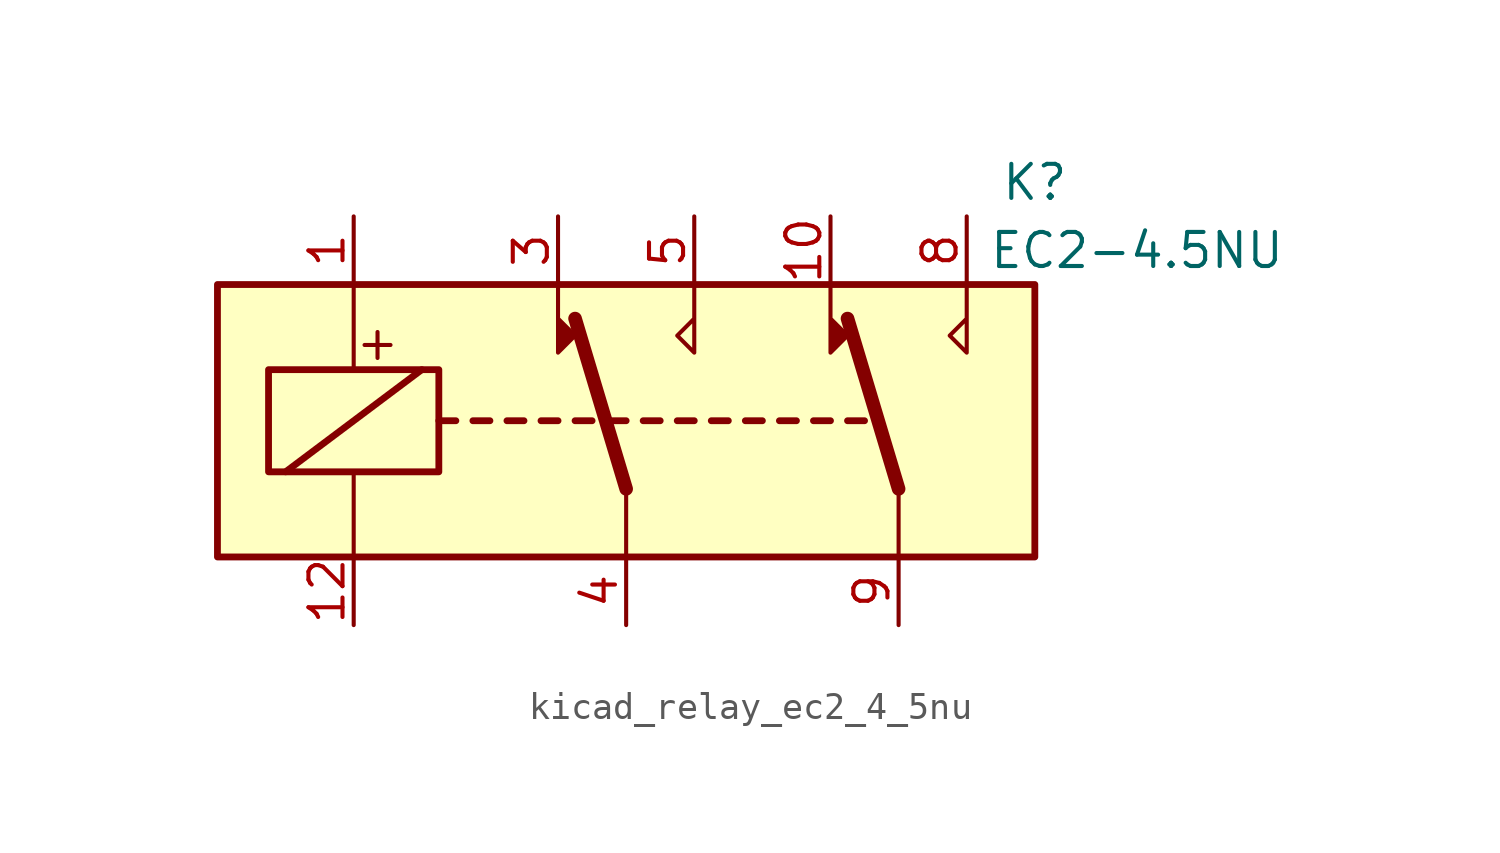
<source format=kicad_sym>
(kicad_symbol_lib
  (version 20220914)
  (generator kicad_symbol_editor)
  (symbol "kicad_relay_ec2_4_5nu"
    (property "Reference" "K"
      (at 15.24 8.89 0)
      (effects (font (size 1.27 1.27))))
    (property "Value" "EC2-4.5NU"
      (at 19.05 6.35 0)
      (effects (font (size 1.27 1.27))))
    (symbol "kicad_relay_ec2_4_5nu_1_1"
      (rectangle (start -15.24 5.08) (end 15.24 -5.08) (stroke (width 0.254) (type default)) (fill (type background)))
      (rectangle (start -13.335 1.905) (end -6.985 -1.905) (stroke (width 0.254) (type default)) (fill (type none)))
      (polyline (pts (xy -12.7 -1.905) (xy -7.62 1.905)) (stroke (width 0.254) (type default)) (fill (type none)))
      (polyline (pts (xy -10.16 -5.08) (xy -10.16 -1.905)) (stroke (width 0) (type default)) (fill (type none)))
      (polyline (pts (xy -10.16 5.08) (xy -10.16 1.905)) (stroke (width 0) (type default)) (fill (type none)))
      (polyline (pts (xy -6.985 0) (xy -6.35 0)) (stroke (width 0.254) (type default)) (fill (type none)))
      (polyline (pts (xy -5.715 0) (xy -5.08 0)) (stroke (width 0.254) (type default)) (fill (type none)))
      (polyline (pts (xy -4.445 0) (xy -3.81 0)) (stroke (width 0.254) (type default)) (fill (type none)))
      (polyline (pts (xy -3.175 0) (xy -2.54 0)) (stroke (width 0.254) (type default)) (fill (type none)))
      (polyline (pts (xy -1.905 0) (xy -1.27 0)) (stroke (width 0.254) (type default)) (fill (type none)))
      (polyline (pts (xy -0.635 0) (xy 0 0)) (stroke (width 0.254) (type default)) (fill (type none)))
      (polyline (pts (xy 0 -2.54) (xy -1.905 3.81)) (stroke (width 0.508) (type default)) (fill (type none)))
      (polyline (pts (xy 0 -2.54) (xy 0 -5.08)) (stroke (width 0) (type default)) (fill (type none)))
      (polyline (pts (xy 0.635 0) (xy 1.27 0)) (stroke (width 0.254) (type default)) (fill (type none)))
      (polyline (pts (xy 1.905 0) (xy 2.54 0)) (stroke (width 0.254) (type default)) (fill (type none)))
      (polyline (pts (xy 3.175 0) (xy 3.81 0)) (stroke (width 0.254) (type default)) (fill (type none)))
      (polyline (pts (xy 4.445 0) (xy 5.08 0)) (stroke (width 0.254) (type default)) (fill (type none)))
      (polyline (pts (xy 5.715 0) (xy 6.35 0)) (stroke (width 0.254) (type default)) (fill (type none)))
      (polyline (pts (xy 6.985 0) (xy 7.62 0)) (stroke (width 0.254) (type default)) (fill (type none)))
      (polyline (pts (xy 8.255 0) (xy 8.89 0)) (stroke (width 0.254) (type default)) (fill (type none)))
      (polyline (pts (xy 10.16 -2.54) (xy 8.255 3.81)) (stroke (width 0.508) (type default)) (fill (type none)))
      (polyline (pts (xy 10.16 -2.54) (xy 10.16 -5.08)) (stroke (width 0) (type default)) (fill (type none)))
      (polyline (pts (xy -2.54 5.08) (xy -2.54 2.54) (xy -1.905 3.175) (xy -2.54 3.81)) (stroke (width 0) (type default)) (fill (type outline)))
      (polyline (pts (xy 2.54 5.08) (xy 2.54 2.54) (xy 1.905 3.175) (xy 2.54 3.81)) (stroke (width 0) (type default)) (fill (type none)))
      (polyline (pts (xy 7.62 5.08) (xy 7.62 2.54) (xy 8.255 3.175) (xy 7.62 3.81)) (stroke (width 0) (type default)) (fill (type outline)))
      (polyline (pts (xy 12.7 5.08) (xy 12.7 2.54) (xy 12.065 3.175) (xy 12.7 3.81)) (stroke (width 0) (type default)) (fill (type none)))
      (text "+" (at -9.271 2.921 0) (effects (font (size 1.27 1.27))))
      (pin passive line (at -10.16 7.62 270) (length 2.54) (name "~" (effects (font (size 1.27 1.27)))) (number "1" (effects (font (size 1.27 1.27)))))
      (pin passive line (at 7.62 7.62 270) (length 2.54) (name "~" (effects (font (size 1.27 1.27)))) (number "10" (effects (font (size 1.27 1.27)))))
      (pin passive line (at -10.16 -7.62 90) (length 2.54) (name "~" (effects (font (size 1.27 1.27)))) (number "12" (effects (font (size 1.27 1.27)))))
      (pin passive line (at -2.54 7.62 270) (length 2.54) (name "~" (effects (font (size 1.27 1.27)))) (number "3" (effects (font (size 1.27 1.27)))))
      (pin passive line (at 0 -7.62 90) (length 2.54) (name "~" (effects (font (size 1.27 1.27)))) (number "4" (effects (font (size 1.27 1.27)))))
      (pin passive line (at 2.54 7.62 270) (length 2.54) (name "~" (effects (font (size 1.27 1.27)))) (number "5" (effects (font (size 1.27 1.27)))))
      (pin passive line (at 12.7 7.62 270) (length 2.54) (name "~" (effects (font (size 1.27 1.27)))) (number "8" (effects (font (size 1.27 1.27)))))
      (pin passive line (at 10.16 -7.62 90) (length 2.54) (name "~" (effects (font (size 1.27 1.27)))) (number "9" (effects (font (size 1.27 1.27))))))))
</source>
